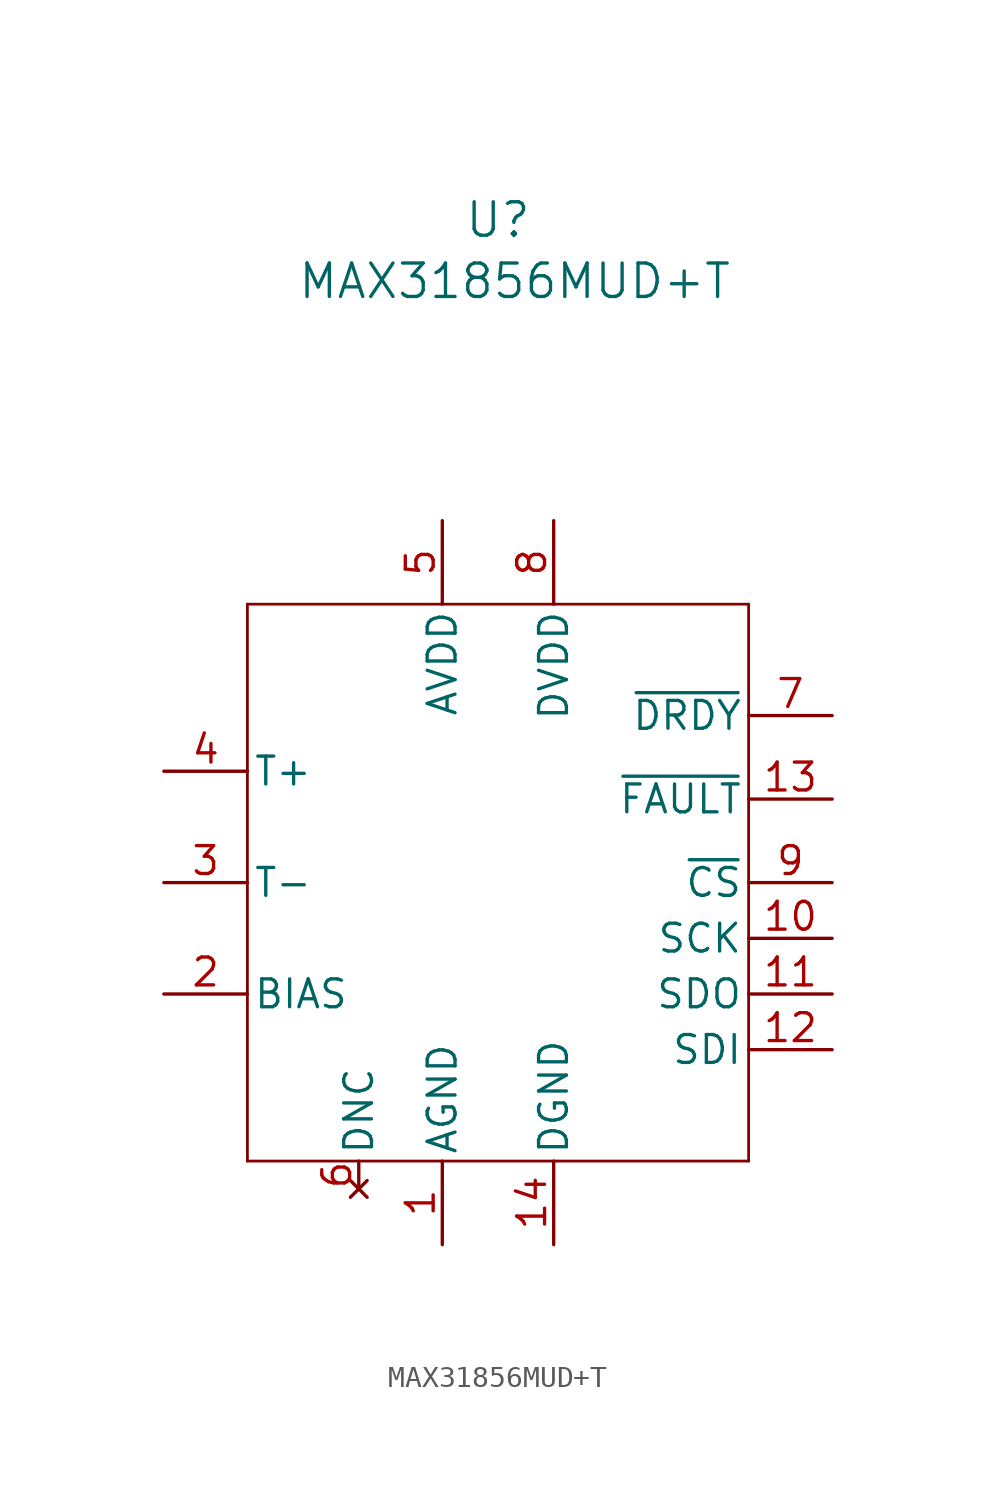
<source format=kicad_sym>
(kicad_symbol_lib
  (version 20241209)
  (generator "kicad_symbol_editor")
  (generator_version "9.0")
  (symbol "MAX31856MUD+T"
    (pin_names
      (offset 0.254))
    (property "Reference" "U"
      (at 19.05 22.606 0)
      (effects (font (size 1.524 1.524))))
    (property "Value" "MAX31856MUD+T"
      (at 19.812 19.812 0)
      (effects (font (size 1.524 1.524))))
    (property "ki_locked" ""
      (at 0 0 0)
      (effects (font (size 1.27 1.27))))
    (symbol "MAX31856MUD+T_0_1"
      (polyline (pts (xy 7.62 5.08) (xy 7.62 -20.32)) (stroke (width 0.127) (type default)) (fill (type none)))
      (polyline (pts (xy 7.62 -20.32) (xy 30.48 -20.32)) (stroke (width 0.127) (type default)) (fill (type none)))
      (polyline (pts (xy 30.48 5.08) (xy 7.62 5.08)) (stroke (width 0.127) (type default)) (fill (type none)))
      (polyline (pts (xy 30.48 -20.32) (xy 30.48 5.08)) (stroke (width 0.127) (type default)) (fill (type none))))
    (symbol "MAX31856MUD+T_1_1"
      (pin passive line (at 3.81 -2.54 0) (length 3.81) (name "T+" (effects (font (size 1.27 1.27)))) (number "4" (effects (font (size 1.27 1.27)))))
      (pin passive line (at 3.81 -7.62 0) (length 3.81) (name "T-" (effects (font (size 1.27 1.27)))) (number "3" (effects (font (size 1.27 1.27)))))
      (pin passive line (at 3.81 -12.7 0) (length 3.81) (name "BIAS" (effects (font (size 1.27 1.27)))) (number "2" (effects (font (size 1.27 1.27)))))
      (pin no_connect line (at 12.7 -21.59 90) (length 1.27) (name "DNC" (effects (font (size 1.27 1.27)))) (number "6" (effects (font (size 1.27 1.27)))))
      (pin passive line (at 16.51 8.89 270) (length 3.81) (name "AVDD" (effects (font (size 1.27 1.27)))) (number "5" (effects (font (size 1.27 1.27)))))
      (pin passive line (at 16.51 -24.13 90) (length 3.81) (name "AGND" (effects (font (size 1.27 1.27)))) (number "1" (effects (font (size 1.27 1.27)))))
      (pin passive line (at 21.59 8.89 270) (length 3.81) (name "DVDD" (effects (font (size 1.27 1.27)))) (number "8" (effects (font (size 1.27 1.27)))))
      (pin passive line (at 21.59 -24.13 90) (length 3.81) (name "DGND" (effects (font (size 1.27 1.27)))) (number "14" (effects (font (size 1.27 1.27)))))
      (pin passive line (at 34.29 0 180) (length 3.81) (name "~{DRDY}" (effects (font (size 1.27 1.27)))) (number "7" (effects (font (size 1.27 1.27)))))
      (pin passive line (at 34.29 -3.81 180) (length 3.81) (name "~{FAULT}" (effects (font (size 1.27 1.27)))) (number "13" (effects (font (size 1.27 1.27)))))
      (pin passive line (at 34.29 -7.62 180) (length 3.81) (name "~{CS}" (effects (font (size 1.27 1.27)))) (number "9" (effects (font (size 1.27 1.27)))))
      (pin passive line (at 34.29 -10.16 180) (length 3.81) (name "SCK" (effects (font (size 1.27 1.27)))) (number "10" (effects (font (size 1.27 1.27)))))
      (pin passive line (at 34.29 -12.7 180) (length 3.81) (name "SDO" (effects (font (size 1.27 1.27)))) (number "11" (effects (font (size 1.27 1.27)))))
      (pin passive line (at 34.29 -15.24 180) (length 3.81) (name "SDI" (effects (font (size 1.27 1.27)))) (number "12" (effects (font (size 1.27 1.27))))))))
</source>
